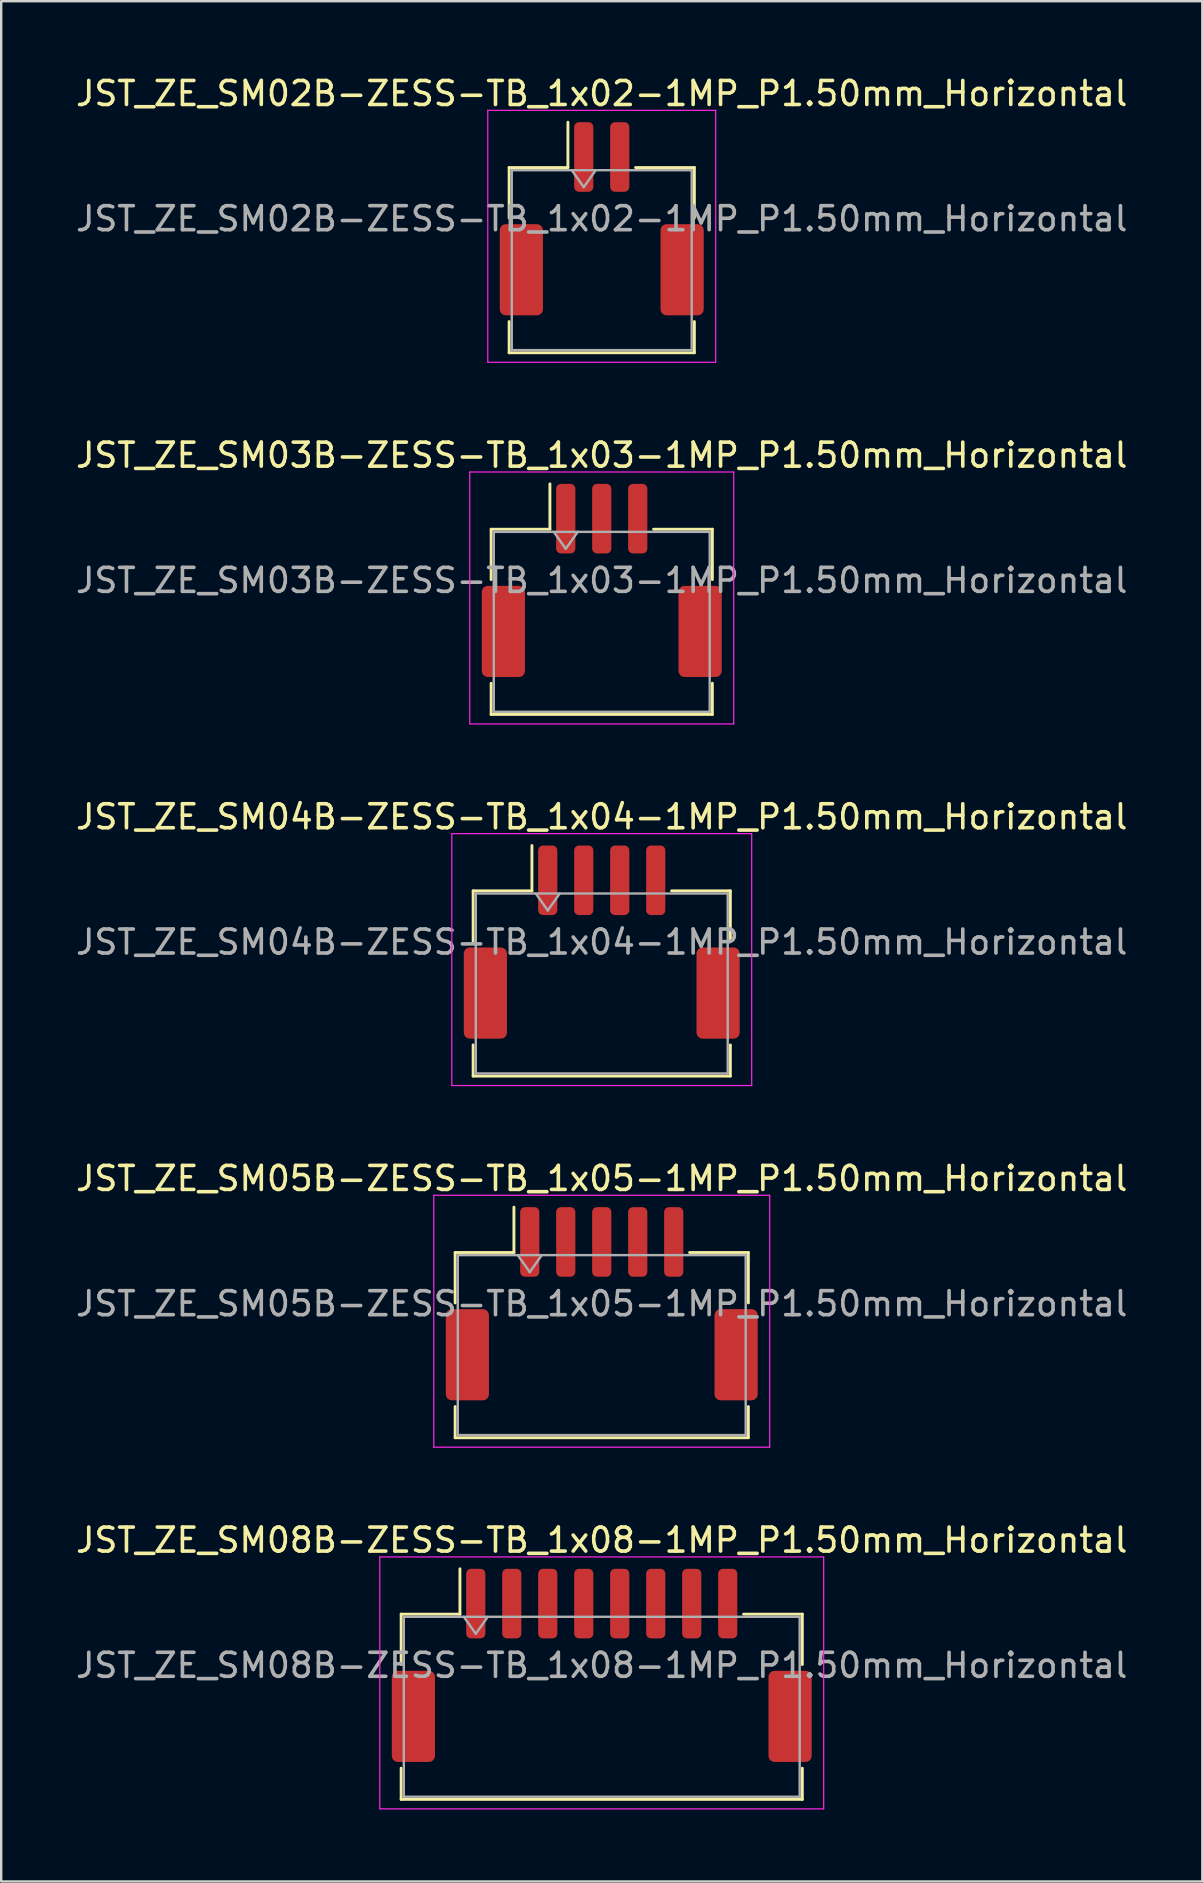
<source format=kicad_pcb>
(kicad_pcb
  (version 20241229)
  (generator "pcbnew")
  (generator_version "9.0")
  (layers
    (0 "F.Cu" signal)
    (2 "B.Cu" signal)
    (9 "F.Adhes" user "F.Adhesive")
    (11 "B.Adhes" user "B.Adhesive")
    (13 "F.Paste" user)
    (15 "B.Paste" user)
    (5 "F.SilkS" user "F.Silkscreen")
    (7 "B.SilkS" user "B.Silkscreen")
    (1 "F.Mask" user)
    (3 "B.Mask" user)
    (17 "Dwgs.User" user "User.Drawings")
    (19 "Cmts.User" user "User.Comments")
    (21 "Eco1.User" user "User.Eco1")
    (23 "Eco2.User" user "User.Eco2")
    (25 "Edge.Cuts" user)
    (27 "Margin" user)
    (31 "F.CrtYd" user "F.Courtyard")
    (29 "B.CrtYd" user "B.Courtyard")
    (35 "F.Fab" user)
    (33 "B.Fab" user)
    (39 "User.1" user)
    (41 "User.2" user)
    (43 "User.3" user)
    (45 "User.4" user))
  (footprint "JST_ZE_SM03B-ZESS-TB_1x03-1MP_P1.50mm_Horizontal"
    (layer "F.Cu")
    (at 22.03 21.142)
    (property "Reference" "JST_ZE_SM03B-ZESS-TB_1x03-1MP_P1.50mm_Horizontal" (at 0 -5.22 0) (layer "F.SilkS") (effects (font (size 1 1) (thickness 0.15))))
    (attr smd)
    (fp_line (start -4.61 -2.135) (end -2.16 -2.135) (stroke (width 0.12) (type solid)) (layer "F.SilkS"))
    (fp_line (start -4.61 -0.035) (end -4.61 -2.135) (stroke (width 0.12) (type solid)) (layer "F.SilkS"))
    (fp_line (start -4.61 4.285) (end -4.61 5.585) (stroke (width 0.12) (type solid)) (layer "F.SilkS"))
    (fp_line (start -4.61 5.585) (end 4.61 5.585) (stroke (width 0.12) (type solid)) (layer "F.SilkS"))
    (fp_line (start -2.16 -2.135) (end -2.16 -4.025) (stroke (width 0.12) (type solid)) (layer "F.SilkS"))
    (fp_line (start 4.61 -2.135) (end 2.16 -2.135) (stroke (width 0.12) (type solid)) (layer "F.SilkS"))
    (fp_line (start 4.61 -0.035) (end 4.61 -2.135) (stroke (width 0.12) (type solid)) (layer "F.SilkS"))
    (fp_line (start 4.61 5.585) (end 4.61 4.285) (stroke (width 0.12) (type solid)) (layer "F.SilkS"))
    (fp_line (start -5.5 -4.52) (end -5.5 5.98) (stroke (width 0.05) (type solid)) (layer "F.CrtYd"))
    (fp_line (start -5.5 5.98) (end 5.5 5.98) (stroke (width 0.05) (type solid)) (layer "F.CrtYd"))
    (fp_line (start 5.5 -4.52) (end -5.5 -4.52) (stroke (width 0.05) (type solid)) (layer "F.CrtYd"))
    (fp_line (start 5.5 5.98) (end 5.5 -4.52) (stroke (width 0.05) (type solid)) (layer "F.CrtYd"))
    (fp_line (start -4.5 -2.025) (end -4.5 5.475) (stroke (width 0.1) (type solid)) (layer "F.Fab"))
    (fp_line (start -4.5 -2.025) (end 4.5 -2.025) (stroke (width 0.1) (type solid)) (layer "F.Fab"))
    (fp_line (start -4.5 5.475) (end 4.5 5.475) (stroke (width 0.1) (type solid)) (layer "F.Fab"))
    (fp_line (start -2 -2.025) (end -1.5 -1.318) (stroke (width 0.1) (type solid)) (layer "F.Fab"))
    (fp_line (start -1.5 -1.318) (end -1 -2.025) (stroke (width 0.1) (type solid)) (layer "F.Fab"))
    (fp_line (start 4.5 -2.025) (end 4.5 5.475) (stroke (width 0.1) (type solid)) (layer "F.Fab"))
    (fp_text user "${REFERENCE}" (at 0 0 0) (layer "F.Fab") (effects (font (size 1 1) (thickness 0.15))))
    (pad "1" smd roundrect (at -1.5 -2.575) (size 0.8 2.9) (layers "F.Cu" "F.Mask" "F.Paste") (roundrect_rratio 0.25))
    (pad "2" smd roundrect (at 0 -2.575) (size 0.8 2.9) (layers "F.Cu" "F.Mask" "F.Paste") (roundrect_rratio 0.25))
    (pad "3" smd roundrect (at 1.5 -2.575) (size 0.8 2.9) (layers "F.Cu" "F.Mask" "F.Paste") (roundrect_rratio 0.25))
    (pad "MP" smd roundrect (at -4.1 2.125) (size 1.8 3.8) (layers "F.Cu" "F.Mask" "F.Paste") (roundrect_rratio 0.139))
    (pad "MP" smd roundrect (at 4.1 2.125) (size 1.8 3.8) (layers "F.Cu" "F.Mask" "F.Paste") (roundrect_rratio 0.139)))
  (footprint "JST_ZE_SM08B-ZESS-TB_1x08-1MP_P1.50mm_Horizontal"
    (layer "F.Cu")
    (at 22.03 66.361)
    (property "Reference" "JST_ZE_SM08B-ZESS-TB_1x08-1MP_P1.50mm_Horizontal" (at 0 -5.22 0) (layer "F.SilkS") (effects (font (size 1 1) (thickness 0.15))))
    (attr smd)
    (fp_line (start -8.36 -2.135) (end -5.91 -2.135) (stroke (width 0.12) (type solid)) (layer "F.SilkS"))
    (fp_line (start -8.36 -0.035) (end -8.36 -2.135) (stroke (width 0.12) (type solid)) (layer "F.SilkS"))
    (fp_line (start -8.36 4.285) (end -8.36 5.585) (stroke (width 0.12) (type solid)) (layer "F.SilkS"))
    (fp_line (start -8.36 5.585) (end 8.36 5.585) (stroke (width 0.12) (type solid)) (layer "F.SilkS"))
    (fp_line (start -5.91 -2.135) (end -5.91 -4.025) (stroke (width 0.12) (type solid)) (layer "F.SilkS"))
    (fp_line (start 8.36 -2.135) (end 5.91 -2.135) (stroke (width 0.12) (type solid)) (layer "F.SilkS"))
    (fp_line (start 8.36 -0.035) (end 8.36 -2.135) (stroke (width 0.12) (type solid)) (layer "F.SilkS"))
    (fp_line (start 8.36 5.585) (end 8.36 4.285) (stroke (width 0.12) (type solid)) (layer "F.SilkS"))
    (fp_line (start -9.25 -4.52) (end -9.25 5.98) (stroke (width 0.05) (type solid)) (layer "F.CrtYd"))
    (fp_line (start -9.25 5.98) (end 9.25 5.98) (stroke (width 0.05) (type solid)) (layer "F.CrtYd"))
    (fp_line (start 9.25 -4.52) (end -9.25 -4.52) (stroke (width 0.05) (type solid)) (layer "F.CrtYd"))
    (fp_line (start 9.25 5.98) (end 9.25 -4.52) (stroke (width 0.05) (type solid)) (layer "F.CrtYd"))
    (fp_line (start -8.25 -2.025) (end -8.25 5.475) (stroke (width 0.1) (type solid)) (layer "F.Fab"))
    (fp_line (start -8.25 -2.025) (end 8.25 -2.025) (stroke (width 0.1) (type solid)) (layer "F.Fab"))
    (fp_line (start -8.25 5.475) (end 8.25 5.475) (stroke (width 0.1) (type solid)) (layer "F.Fab"))
    (fp_line (start -5.75 -2.025) (end -5.25 -1.318) (stroke (width 0.1) (type solid)) (layer "F.Fab"))
    (fp_line (start -5.25 -1.318) (end -4.75 -2.025) (stroke (width 0.1) (type solid)) (layer "F.Fab"))
    (fp_line (start 8.25 -2.025) (end 8.25 5.475) (stroke (width 0.1) (type solid)) (layer "F.Fab"))
    (fp_text user "${REFERENCE}" (at 0 0 0) (layer "F.Fab") (effects (font (size 1 1) (thickness 0.15))))
    (pad "1" smd roundrect (at -5.25 -2.575) (size 0.8 2.9) (layers "F.Cu" "F.Mask" "F.Paste") (roundrect_rratio 0.25))
    (pad "2" smd roundrect (at -3.75 -2.575) (size 0.8 2.9) (layers "F.Cu" "F.Mask" "F.Paste") (roundrect_rratio 0.25))
    (pad "3" smd roundrect (at -2.25 -2.575) (size 0.8 2.9) (layers "F.Cu" "F.Mask" "F.Paste") (roundrect_rratio 0.25))
    (pad "4" smd roundrect (at -0.75 -2.575) (size 0.8 2.9) (layers "F.Cu" "F.Mask" "F.Paste") (roundrect_rratio 0.25))
    (pad "5" smd roundrect (at 0.75 -2.575) (size 0.8 2.9) (layers "F.Cu" "F.Mask" "F.Paste") (roundrect_rratio 0.25))
    (pad "6" smd roundrect (at 2.25 -2.575) (size 0.8 2.9) (layers "F.Cu" "F.Mask" "F.Paste") (roundrect_rratio 0.25))
    (pad "7" smd roundrect (at 3.75 -2.575) (size 0.8 2.9) (layers "F.Cu" "F.Mask" "F.Paste") (roundrect_rratio 0.25))
    (pad "8" smd roundrect (at 5.25 -2.575) (size 0.8 2.9) (layers "F.Cu" "F.Mask" "F.Paste") (roundrect_rratio 0.25))
    (pad "MP" smd roundrect (at -7.85 2.125) (size 1.8 3.8) (layers "F.Cu" "F.Mask" "F.Paste") (roundrect_rratio 0.139))
    (pad "MP" smd roundrect (at 7.85 2.125) (size 1.8 3.8) (layers "F.Cu" "F.Mask" "F.Paste") (roundrect_rratio 0.139)))
  (footprint "JST_ZE_SM05B-ZESS-TB_1x05-1MP_P1.50mm_Horizontal"
    (layer "F.Cu")
    (at 22.03 51.288)
    (property "Reference" "JST_ZE_SM05B-ZESS-TB_1x05-1MP_P1.50mm_Horizontal" (at 0 -5.22 0) (layer "F.SilkS") (effects (font (size 1 1) (thickness 0.15))))
    (attr smd)
    (fp_line (start -6.11 -2.135) (end -3.66 -2.135) (stroke (width 0.12) (type solid)) (layer "F.SilkS"))
    (fp_line (start -6.11 -0.035) (end -6.11 -2.135) (stroke (width 0.12) (type solid)) (layer "F.SilkS"))
    (fp_line (start -6.11 4.285) (end -6.11 5.585) (stroke (width 0.12) (type solid)) (layer "F.SilkS"))
    (fp_line (start -6.11 5.585) (end 6.11 5.585) (stroke (width 0.12) (type solid)) (layer "F.SilkS"))
    (fp_line (start -3.66 -2.135) (end -3.66 -4.025) (stroke (width 0.12) (type solid)) (layer "F.SilkS"))
    (fp_line (start 6.11 -2.135) (end 3.66 -2.135) (stroke (width 0.12) (type solid)) (layer "F.SilkS"))
    (fp_line (start 6.11 -0.035) (end 6.11 -2.135) (stroke (width 0.12) (type solid)) (layer "F.SilkS"))
    (fp_line (start 6.11 5.585) (end 6.11 4.285) (stroke (width 0.12) (type solid)) (layer "F.SilkS"))
    (fp_line (start -7 -4.52) (end -7 5.98) (stroke (width 0.05) (type solid)) (layer "F.CrtYd"))
    (fp_line (start -7 5.98) (end 7 5.98) (stroke (width 0.05) (type solid)) (layer "F.CrtYd"))
    (fp_line (start 7 -4.52) (end -7 -4.52) (stroke (width 0.05) (type solid)) (layer "F.CrtYd"))
    (fp_line (start 7 5.98) (end 7 -4.52) (stroke (width 0.05) (type solid)) (layer "F.CrtYd"))
    (fp_line (start -6 -2.025) (end -6 5.475) (stroke (width 0.1) (type solid)) (layer "F.Fab"))
    (fp_line (start -6 -2.025) (end 6 -2.025) (stroke (width 0.1) (type solid)) (layer "F.Fab"))
    (fp_line (start -6 5.475) (end 6 5.475) (stroke (width 0.1) (type solid)) (layer "F.Fab"))
    (fp_line (start -3.5 -2.025) (end -3 -1.318) (stroke (width 0.1) (type solid)) (layer "F.Fab"))
    (fp_line (start -3 -1.318) (end -2.5 -2.025) (stroke (width 0.1) (type solid)) (layer "F.Fab"))
    (fp_line (start 6 -2.025) (end 6 5.475) (stroke (width 0.1) (type solid)) (layer "F.Fab"))
    (fp_text user "${REFERENCE}" (at 0 0 0) (layer "F.Fab") (effects (font (size 1 1) (thickness 0.15))))
    (pad "1" smd roundrect (at -3 -2.575) (size 0.8 2.9) (layers "F.Cu" "F.Mask" "F.Paste") (roundrect_rratio 0.25))
    (pad "2" smd roundrect (at -1.5 -2.575) (size 0.8 2.9) (layers "F.Cu" "F.Mask" "F.Paste") (roundrect_rratio 0.25))
    (pad "3" smd roundrect (at 0 -2.575) (size 0.8 2.9) (layers "F.Cu" "F.Mask" "F.Paste") (roundrect_rratio 0.25))
    (pad "4" smd roundrect (at 1.5 -2.575) (size 0.8 2.9) (layers "F.Cu" "F.Mask" "F.Paste") (roundrect_rratio 0.25))
    (pad "5" smd roundrect (at 3 -2.575) (size 0.8 2.9) (layers "F.Cu" "F.Mask" "F.Paste") (roundrect_rratio 0.25))
    (pad "MP" smd roundrect (at -5.6 2.125) (size 1.8 3.8) (layers "F.Cu" "F.Mask" "F.Paste") (roundrect_rratio 0.139))
    (pad "MP" smd roundrect (at 5.6 2.125) (size 1.8 3.8) (layers "F.Cu" "F.Mask" "F.Paste") (roundrect_rratio 0.139)))
  (footprint "JST_ZE_SM02B-ZESS-TB_1x02-1MP_P1.50mm_Horizontal"
    (layer "F.Cu")
    (at 22.03 6.068)
    (property "Reference" "JST_ZE_SM02B-ZESS-TB_1x02-1MP_P1.50mm_Horizontal" (at 0 -5.22 0) (layer "F.SilkS") (effects (font (size 1 1) (thickness 0.15))))
    (attr smd)
    (fp_line (start -3.86 -2.135) (end -1.41 -2.135) (stroke (width 0.12) (type solid)) (layer "F.SilkS"))
    (fp_line (start -3.86 -0.035) (end -3.86 -2.135) (stroke (width 0.12) (type solid)) (layer "F.SilkS"))
    (fp_line (start -3.86 4.285) (end -3.86 5.585) (stroke (width 0.12) (type solid)) (layer "F.SilkS"))
    (fp_line (start -3.86 5.585) (end 3.86 5.585) (stroke (width 0.12) (type solid)) (layer "F.SilkS"))
    (fp_line (start -1.41 -2.135) (end -1.41 -4.025) (stroke (width 0.12) (type solid)) (layer "F.SilkS"))
    (fp_line (start 3.86 -2.135) (end 1.41 -2.135) (stroke (width 0.12) (type solid)) (layer "F.SilkS"))
    (fp_line (start 3.86 -0.035) (end 3.86 -2.135) (stroke (width 0.12) (type solid)) (layer "F.SilkS"))
    (fp_line (start 3.86 5.585) (end 3.86 4.285) (stroke (width 0.12) (type solid)) (layer "F.SilkS"))
    (fp_line (start -4.75 -4.52) (end -4.75 5.98) (stroke (width 0.05) (type solid)) (layer "F.CrtYd"))
    (fp_line (start -4.75 5.98) (end 4.75 5.98) (stroke (width 0.05) (type solid)) (layer "F.CrtYd"))
    (fp_line (start 4.75 -4.52) (end -4.75 -4.52) (stroke (width 0.05) (type solid)) (layer "F.CrtYd"))
    (fp_line (start 4.75 5.98) (end 4.75 -4.52) (stroke (width 0.05) (type solid)) (layer "F.CrtYd"))
    (fp_line (start -3.75 -2.025) (end -3.75 5.475) (stroke (width 0.1) (type solid)) (layer "F.Fab"))
    (fp_line (start -3.75 -2.025) (end 3.75 -2.025) (stroke (width 0.1) (type solid)) (layer "F.Fab"))
    (fp_line (start -3.75 5.475) (end 3.75 5.475) (stroke (width 0.1) (type solid)) (layer "F.Fab"))
    (fp_line (start -1.25 -2.025) (end -0.75 -1.318) (stroke (width 0.1) (type solid)) (layer "F.Fab"))
    (fp_line (start -0.75 -1.318) (end -0.25 -2.025) (stroke (width 0.1) (type solid)) (layer "F.Fab"))
    (fp_line (start 3.75 -2.025) (end 3.75 5.475) (stroke (width 0.1) (type solid)) (layer "F.Fab"))
    (fp_text user "${REFERENCE}" (at 0 0 0) (layer "F.Fab") (effects (font (size 1 1) (thickness 0.15))))
    (pad "1" smd roundrect (at -0.75 -2.575) (size 0.8 2.9) (layers "F.Cu" "F.Mask" "F.Paste") (roundrect_rratio 0.25))
    (pad "2" smd roundrect (at 0.75 -2.575) (size 0.8 2.9) (layers "F.Cu" "F.Mask" "F.Paste") (roundrect_rratio 0.25))
    (pad "MP" smd roundrect (at -3.35 2.125) (size 1.8 3.8) (layers "F.Cu" "F.Mask" "F.Paste") (roundrect_rratio 0.139))
    (pad "MP" smd roundrect (at 3.35 2.125) (size 1.8 3.8) (layers "F.Cu" "F.Mask" "F.Paste") (roundrect_rratio 0.139)))
  (footprint "JST_ZE_SM04B-ZESS-TB_1x04-1MP_P1.50mm_Horizontal"
    (layer "F.Cu")
    (at 22.03 36.215)
    (property "Reference" "JST_ZE_SM04B-ZESS-TB_1x04-1MP_P1.50mm_Horizontal" (at 0 -5.22 0) (layer "F.SilkS") (effects (font (size 1 1) (thickness 0.15))))
    (attr smd)
    (fp_line (start -5.36 -2.135) (end -2.91 -2.135) (stroke (width 0.12) (type solid)) (layer "F.SilkS"))
    (fp_line (start -5.36 -0.035) (end -5.36 -2.135) (stroke (width 0.12) (type solid)) (layer "F.SilkS"))
    (fp_line (start -5.36 4.285) (end -5.36 5.585) (stroke (width 0.12) (type solid)) (layer "F.SilkS"))
    (fp_line (start -5.36 5.585) (end 5.36 5.585) (stroke (width 0.12) (type solid)) (layer "F.SilkS"))
    (fp_line (start -2.91 -2.135) (end -2.91 -4.025) (stroke (width 0.12) (type solid)) (layer "F.SilkS"))
    (fp_line (start 5.36 -2.135) (end 2.91 -2.135) (stroke (width 0.12) (type solid)) (layer "F.SilkS"))
    (fp_line (start 5.36 -0.035) (end 5.36 -2.135) (stroke (width 0.12) (type solid)) (layer "F.SilkS"))
    (fp_line (start 5.36 5.585) (end 5.36 4.285) (stroke (width 0.12) (type solid)) (layer "F.SilkS"))
    (fp_line (start -6.25 -4.52) (end -6.25 5.98) (stroke (width 0.05) (type solid)) (layer "F.CrtYd"))
    (fp_line (start -6.25 5.98) (end 6.25 5.98) (stroke (width 0.05) (type solid)) (layer "F.CrtYd"))
    (fp_line (start 6.25 -4.52) (end -6.25 -4.52) (stroke (width 0.05) (type solid)) (layer "F.CrtYd"))
    (fp_line (start 6.25 5.98) (end 6.25 -4.52) (stroke (width 0.05) (type solid)) (layer "F.CrtYd"))
    (fp_line (start -5.25 -2.025) (end -5.25 5.475) (stroke (width 0.1) (type solid)) (layer "F.Fab"))
    (fp_line (start -5.25 -2.025) (end 5.25 -2.025) (stroke (width 0.1) (type solid)) (layer "F.Fab"))
    (fp_line (start -5.25 5.475) (end 5.25 5.475) (stroke (width 0.1) (type solid)) (layer "F.Fab"))
    (fp_line (start -2.75 -2.025) (end -2.25 -1.318) (stroke (width 0.1) (type solid)) (layer "F.Fab"))
    (fp_line (start -2.25 -1.318) (end -1.75 -2.025) (stroke (width 0.1) (type solid)) (layer "F.Fab"))
    (fp_line (start 5.25 -2.025) (end 5.25 5.475) (stroke (width 0.1) (type solid)) (layer "F.Fab"))
    (fp_text user "${REFERENCE}" (at 0 0 0) (layer "F.Fab") (effects (font (size 1 1) (thickness 0.15))))
    (pad "1" smd roundrect (at -2.25 -2.575) (size 0.8 2.9) (layers "F.Cu" "F.Mask" "F.Paste") (roundrect_rratio 0.25))
    (pad "2" smd roundrect (at -0.75 -2.575) (size 0.8 2.9) (layers "F.Cu" "F.Mask" "F.Paste") (roundrect_rratio 0.25))
    (pad "3" smd roundrect (at 0.75 -2.575) (size 0.8 2.9) (layers "F.Cu" "F.Mask" "F.Paste") (roundrect_rratio 0.25))
    (pad "4" smd roundrect (at 2.25 -2.575) (size 0.8 2.9) (layers "F.Cu" "F.Mask" "F.Paste") (roundrect_rratio 0.25))
    (pad "MP" smd roundrect (at -4.85 2.125) (size 1.8 3.8) (layers "F.Cu" "F.Mask" "F.Paste") (roundrect_rratio 0.139))
    (pad "MP" smd roundrect (at 4.85 2.125) (size 1.8 3.8) (layers "F.Cu" "F.Mask" "F.Paste") (roundrect_rratio 0.139)))
  (gr_rect
    (start -3 -3)
    (end 47.06 75.366)
    (stroke (width 0.1) (type default))
    (fill no)
    (layer "Edge.Cuts")))
</source>
